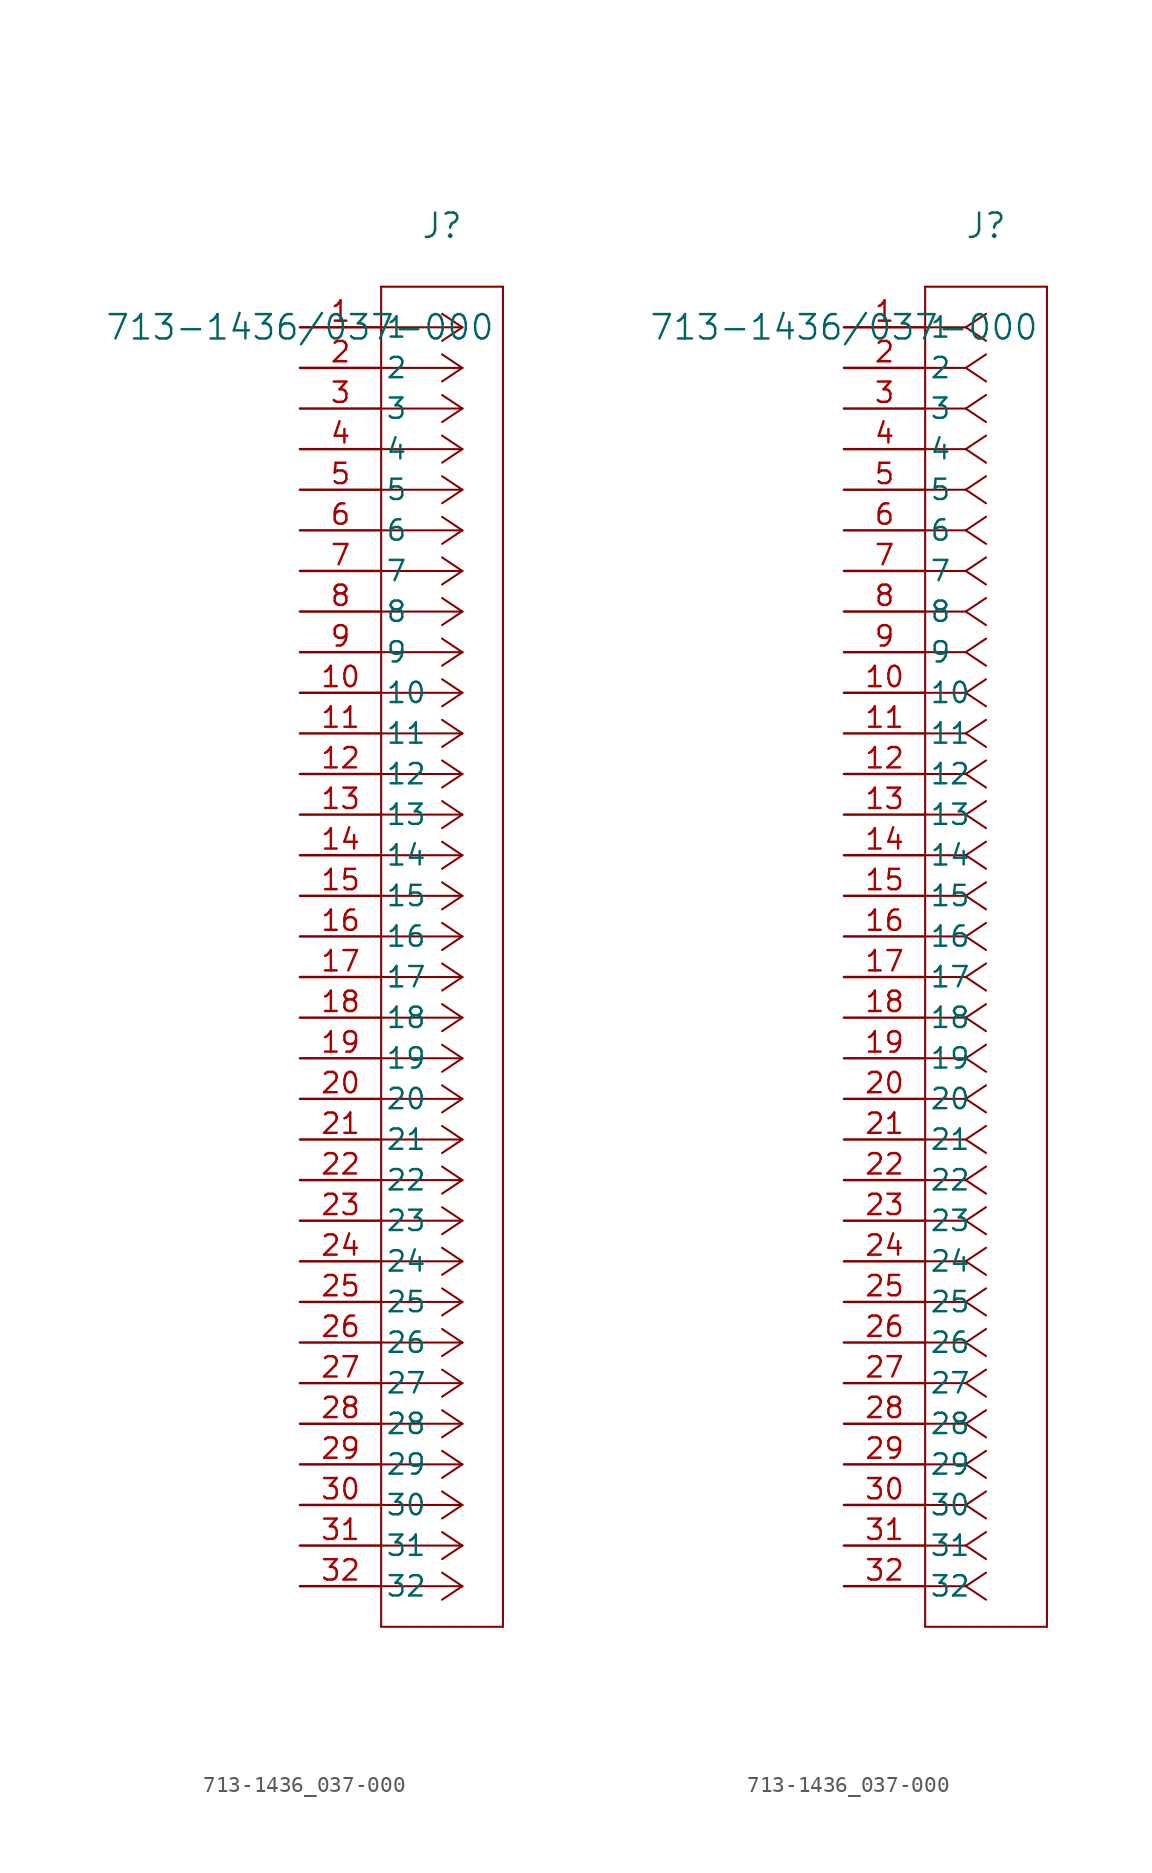
<source format=kicad_sym>
(kicad_symbol_lib
  (version 20211014)
  (generator kicad_symbol_editor)
  (symbol "713-1436_037-000"
    (pin_names
      (offset 0.254))
    (property "Reference" "J"
      (at 8.89 6.35 0)
      (effects (font (size 1.524 1.524))))
    (property "Value" "713-1436/037-000"
      (at 0 0 0)
      (effects (font (size 1.524 1.524))))
    (symbol "713-1436_037-000_1_1"
      (polyline (pts (xy 10.16 0) (xy 5.08 0)) (stroke (width 0.127) (type default) (color 0 0 0 0)) (fill (type none)))
      (polyline (pts (xy 10.16 -2.54) (xy 5.08 -2.54)) (stroke (width 0.127) (type default) (color 0 0 0 0)) (fill (type none)))
      (polyline (pts (xy 10.16 -5.08) (xy 5.08 -5.08)) (stroke (width 0.127) (type default) (color 0 0 0 0)) (fill (type none)))
      (polyline (pts (xy 10.16 -7.62) (xy 5.08 -7.62)) (stroke (width 0.127) (type default) (color 0 0 0 0)) (fill (type none)))
      (polyline (pts (xy 10.16 -10.16) (xy 5.08 -10.16)) (stroke (width 0.127) (type default) (color 0 0 0 0)) (fill (type none)))
      (polyline (pts (xy 10.16 -12.7) (xy 5.08 -12.7)) (stroke (width 0.127) (type default) (color 0 0 0 0)) (fill (type none)))
      (polyline (pts (xy 10.16 -15.24) (xy 5.08 -15.24)) (stroke (width 0.127) (type default) (color 0 0 0 0)) (fill (type none)))
      (polyline (pts (xy 10.16 -17.78) (xy 5.08 -17.78)) (stroke (width 0.127) (type default) (color 0 0 0 0)) (fill (type none)))
      (polyline (pts (xy 10.16 -20.32) (xy 5.08 -20.32)) (stroke (width 0.127) (type default) (color 0 0 0 0)) (fill (type none)))
      (polyline (pts (xy 10.16 -22.86) (xy 5.08 -22.86)) (stroke (width 0.127) (type default) (color 0 0 0 0)) (fill (type none)))
      (polyline (pts (xy 10.16 -25.4) (xy 5.08 -25.4)) (stroke (width 0.127) (type default) (color 0 0 0 0)) (fill (type none)))
      (polyline (pts (xy 10.16 -27.94) (xy 5.08 -27.94)) (stroke (width 0.127) (type default) (color 0 0 0 0)) (fill (type none)))
      (polyline (pts (xy 10.16 -30.48) (xy 5.08 -30.48)) (stroke (width 0.127) (type default) (color 0 0 0 0)) (fill (type none)))
      (polyline (pts (xy 10.16 -33.02) (xy 5.08 -33.02)) (stroke (width 0.127) (type default) (color 0 0 0 0)) (fill (type none)))
      (polyline (pts (xy 10.16 -35.56) (xy 5.08 -35.56)) (stroke (width 0.127) (type default) (color 0 0 0 0)) (fill (type none)))
      (polyline (pts (xy 10.16 -38.1) (xy 5.08 -38.1)) (stroke (width 0.127) (type default) (color 0 0 0 0)) (fill (type none)))
      (polyline (pts (xy 10.16 -40.64) (xy 5.08 -40.64)) (stroke (width 0.127) (type default) (color 0 0 0 0)) (fill (type none)))
      (polyline (pts (xy 10.16 -43.18) (xy 5.08 -43.18)) (stroke (width 0.127) (type default) (color 0 0 0 0)) (fill (type none)))
      (polyline (pts (xy 10.16 -45.72) (xy 5.08 -45.72)) (stroke (width 0.127) (type default) (color 0 0 0 0)) (fill (type none)))
      (polyline (pts (xy 10.16 -48.26) (xy 5.08 -48.26)) (stroke (width 0.127) (type default) (color 0 0 0 0)) (fill (type none)))
      (polyline (pts (xy 10.16 -50.8) (xy 5.08 -50.8)) (stroke (width 0.127) (type default) (color 0 0 0 0)) (fill (type none)))
      (polyline (pts (xy 10.16 -53.34) (xy 5.08 -53.34)) (stroke (width 0.127) (type default) (color 0 0 0 0)) (fill (type none)))
      (polyline (pts (xy 10.16 -55.88) (xy 5.08 -55.88)) (stroke (width 0.127) (type default) (color 0 0 0 0)) (fill (type none)))
      (polyline (pts (xy 10.16 -58.42) (xy 5.08 -58.42)) (stroke (width 0.127) (type default) (color 0 0 0 0)) (fill (type none)))
      (polyline (pts (xy 10.16 -60.96) (xy 5.08 -60.96)) (stroke (width 0.127) (type default) (color 0 0 0 0)) (fill (type none)))
      (polyline (pts (xy 10.16 -63.5) (xy 5.08 -63.5)) (stroke (width 0.127) (type default) (color 0 0 0 0)) (fill (type none)))
      (polyline (pts (xy 10.16 -66.04) (xy 5.08 -66.04)) (stroke (width 0.127) (type default) (color 0 0 0 0)) (fill (type none)))
      (polyline (pts (xy 10.16 -68.58) (xy 5.08 -68.58)) (stroke (width 0.127) (type default) (color 0 0 0 0)) (fill (type none)))
      (polyline (pts (xy 10.16 -71.12) (xy 5.08 -71.12)) (stroke (width 0.127) (type default) (color 0 0 0 0)) (fill (type none)))
      (polyline (pts (xy 10.16 -73.66) (xy 5.08 -73.66)) (stroke (width 0.127) (type default) (color 0 0 0 0)) (fill (type none)))
      (polyline (pts (xy 10.16 -76.2) (xy 5.08 -76.2)) (stroke (width 0.127) (type default) (color 0 0 0 0)) (fill (type none)))
      (polyline (pts (xy 10.16 -78.74) (xy 5.08 -78.74)) (stroke (width 0.127) (type default) (color 0 0 0 0)) (fill (type none)))
      (polyline (pts (xy 10.16 0) (xy 8.89 0.847)) (stroke (width 0.127) (type default) (color 0 0 0 0)) (fill (type none)))
      (polyline (pts (xy 10.16 -2.54) (xy 8.89 -1.693)) (stroke (width 0.127) (type default) (color 0 0 0 0)) (fill (type none)))
      (polyline (pts (xy 10.16 -5.08) (xy 8.89 -4.233)) (stroke (width 0.127) (type default) (color 0 0 0 0)) (fill (type none)))
      (polyline (pts (xy 10.16 -7.62) (xy 8.89 -6.773)) (stroke (width 0.127) (type default) (color 0 0 0 0)) (fill (type none)))
      (polyline (pts (xy 10.16 -10.16) (xy 8.89 -9.313)) (stroke (width 0.127) (type default) (color 0 0 0 0)) (fill (type none)))
      (polyline (pts (xy 10.16 -12.7) (xy 8.89 -11.853)) (stroke (width 0.127) (type default) (color 0 0 0 0)) (fill (type none)))
      (polyline (pts (xy 10.16 -15.24) (xy 8.89 -14.393)) (stroke (width 0.127) (type default) (color 0 0 0 0)) (fill (type none)))
      (polyline (pts (xy 10.16 -17.78) (xy 8.89 -16.933)) (stroke (width 0.127) (type default) (color 0 0 0 0)) (fill (type none)))
      (polyline (pts (xy 10.16 -20.32) (xy 8.89 -19.473)) (stroke (width 0.127) (type default) (color 0 0 0 0)) (fill (type none)))
      (polyline (pts (xy 10.16 -22.86) (xy 8.89 -22.013)) (stroke (width 0.127) (type default) (color 0 0 0 0)) (fill (type none)))
      (polyline (pts (xy 10.16 -25.4) (xy 8.89 -24.553)) (stroke (width 0.127) (type default) (color 0 0 0 0)) (fill (type none)))
      (polyline (pts (xy 10.16 -27.94) (xy 8.89 -27.093)) (stroke (width 0.127) (type default) (color 0 0 0 0)) (fill (type none)))
      (polyline (pts (xy 10.16 -30.48) (xy 8.89 -29.633)) (stroke (width 0.127) (type default) (color 0 0 0 0)) (fill (type none)))
      (polyline (pts (xy 10.16 -33.02) (xy 8.89 -32.173)) (stroke (width 0.127) (type default) (color 0 0 0 0)) (fill (type none)))
      (polyline (pts (xy 10.16 -35.56) (xy 8.89 -34.713)) (stroke (width 0.127) (type default) (color 0 0 0 0)) (fill (type none)))
      (polyline (pts (xy 10.16 -38.1) (xy 8.89 -37.253)) (stroke (width 0.127) (type default) (color 0 0 0 0)) (fill (type none)))
      (polyline (pts (xy 10.16 -40.64) (xy 8.89 -39.793)) (stroke (width 0.127) (type default) (color 0 0 0 0)) (fill (type none)))
      (polyline (pts (xy 10.16 -43.18) (xy 8.89 -42.333)) (stroke (width 0.127) (type default) (color 0 0 0 0)) (fill (type none)))
      (polyline (pts (xy 10.16 -45.72) (xy 8.89 -44.873)) (stroke (width 0.127) (type default) (color 0 0 0 0)) (fill (type none)))
      (polyline (pts (xy 10.16 -48.26) (xy 8.89 -47.413)) (stroke (width 0.127) (type default) (color 0 0 0 0)) (fill (type none)))
      (polyline (pts (xy 10.16 -50.8) (xy 8.89 -49.953)) (stroke (width 0.127) (type default) (color 0 0 0 0)) (fill (type none)))
      (polyline (pts (xy 10.16 -53.34) (xy 8.89 -52.493)) (stroke (width 0.127) (type default) (color 0 0 0 0)) (fill (type none)))
      (polyline (pts (xy 10.16 -55.88) (xy 8.89 -55.033)) (stroke (width 0.127) (type default) (color 0 0 0 0)) (fill (type none)))
      (polyline (pts (xy 10.16 -58.42) (xy 8.89 -57.573)) (stroke (width 0.127) (type default) (color 0 0 0 0)) (fill (type none)))
      (polyline (pts (xy 10.16 -60.96) (xy 8.89 -60.113)) (stroke (width 0.127) (type default) (color 0 0 0 0)) (fill (type none)))
      (polyline (pts (xy 10.16 -63.5) (xy 8.89 -62.653)) (stroke (width 0.127) (type default) (color 0 0 0 0)) (fill (type none)))
      (polyline (pts (xy 10.16 -66.04) (xy 8.89 -65.193)) (stroke (width 0.127) (type default) (color 0 0 0 0)) (fill (type none)))
      (polyline (pts (xy 10.16 -68.58) (xy 8.89 -67.733)) (stroke (width 0.127) (type default) (color 0 0 0 0)) (fill (type none)))
      (polyline (pts (xy 10.16 -71.12) (xy 8.89 -70.273)) (stroke (width 0.127) (type default) (color 0 0 0 0)) (fill (type none)))
      (polyline (pts (xy 10.16 -73.66) (xy 8.89 -72.813)) (stroke (width 0.127) (type default) (color 0 0 0 0)) (fill (type none)))
      (polyline (pts (xy 10.16 -76.2) (xy 8.89 -75.353)) (stroke (width 0.127) (type default) (color 0 0 0 0)) (fill (type none)))
      (polyline (pts (xy 10.16 -78.74) (xy 8.89 -77.893)) (stroke (width 0.127) (type default) (color 0 0 0 0)) (fill (type none)))
      (polyline (pts (xy 10.16 0) (xy 8.89 -0.847)) (stroke (width 0.127) (type default) (color 0 0 0 0)) (fill (type none)))
      (polyline (pts (xy 10.16 -2.54) (xy 8.89 -3.387)) (stroke (width 0.127) (type default) (color 0 0 0 0)) (fill (type none)))
      (polyline (pts (xy 10.16 -5.08) (xy 8.89 -5.927)) (stroke (width 0.127) (type default) (color 0 0 0 0)) (fill (type none)))
      (polyline (pts (xy 10.16 -7.62) (xy 8.89 -8.467)) (stroke (width 0.127) (type default) (color 0 0 0 0)) (fill (type none)))
      (polyline (pts (xy 10.16 -10.16) (xy 8.89 -11.007)) (stroke (width 0.127) (type default) (color 0 0 0 0)) (fill (type none)))
      (polyline (pts (xy 10.16 -12.7) (xy 8.89 -13.547)) (stroke (width 0.127) (type default) (color 0 0 0 0)) (fill (type none)))
      (polyline (pts (xy 10.16 -15.24) (xy 8.89 -16.087)) (stroke (width 0.127) (type default) (color 0 0 0 0)) (fill (type none)))
      (polyline (pts (xy 10.16 -17.78) (xy 8.89 -18.627)) (stroke (width 0.127) (type default) (color 0 0 0 0)) (fill (type none)))
      (polyline (pts (xy 10.16 -20.32) (xy 8.89 -21.167)) (stroke (width 0.127) (type default) (color 0 0 0 0)) (fill (type none)))
      (polyline (pts (xy 10.16 -22.86) (xy 8.89 -23.707)) (stroke (width 0.127) (type default) (color 0 0 0 0)) (fill (type none)))
      (polyline (pts (xy 10.16 -25.4) (xy 8.89 -26.247)) (stroke (width 0.127) (type default) (color 0 0 0 0)) (fill (type none)))
      (polyline (pts (xy 10.16 -27.94) (xy 8.89 -28.787)) (stroke (width 0.127) (type default) (color 0 0 0 0)) (fill (type none)))
      (polyline (pts (xy 10.16 -30.48) (xy 8.89 -31.327)) (stroke (width 0.127) (type default) (color 0 0 0 0)) (fill (type none)))
      (polyline (pts (xy 10.16 -33.02) (xy 8.89 -33.867)) (stroke (width 0.127) (type default) (color 0 0 0 0)) (fill (type none)))
      (polyline (pts (xy 10.16 -35.56) (xy 8.89 -36.407)) (stroke (width 0.127) (type default) (color 0 0 0 0)) (fill (type none)))
      (polyline (pts (xy 10.16 -38.1) (xy 8.89 -38.947)) (stroke (width 0.127) (type default) (color 0 0 0 0)) (fill (type none)))
      (polyline (pts (xy 10.16 -40.64) (xy 8.89 -41.487)) (stroke (width 0.127) (type default) (color 0 0 0 0)) (fill (type none)))
      (polyline (pts (xy 10.16 -43.18) (xy 8.89 -44.027)) (stroke (width 0.127) (type default) (color 0 0 0 0)) (fill (type none)))
      (polyline (pts (xy 10.16 -45.72) (xy 8.89 -46.567)) (stroke (width 0.127) (type default) (color 0 0 0 0)) (fill (type none)))
      (polyline (pts (xy 10.16 -48.26) (xy 8.89 -49.107)) (stroke (width 0.127) (type default) (color 0 0 0 0)) (fill (type none)))
      (polyline (pts (xy 10.16 -50.8) (xy 8.89 -51.647)) (stroke (width 0.127) (type default) (color 0 0 0 0)) (fill (type none)))
      (polyline (pts (xy 10.16 -53.34) (xy 8.89 -54.187)) (stroke (width 0.127) (type default) (color 0 0 0 0)) (fill (type none)))
      (polyline (pts (xy 10.16 -55.88) (xy 8.89 -56.727)) (stroke (width 0.127) (type default) (color 0 0 0 0)) (fill (type none)))
      (polyline (pts (xy 10.16 -58.42) (xy 8.89 -59.267)) (stroke (width 0.127) (type default) (color 0 0 0 0)) (fill (type none)))
      (polyline (pts (xy 10.16 -60.96) (xy 8.89 -61.807)) (stroke (width 0.127) (type default) (color 0 0 0 0)) (fill (type none)))
      (polyline (pts (xy 10.16 -63.5) (xy 8.89 -64.347)) (stroke (width 0.127) (type default) (color 0 0 0 0)) (fill (type none)))
      (polyline (pts (xy 10.16 -66.04) (xy 8.89 -66.887)) (stroke (width 0.127) (type default) (color 0 0 0 0)) (fill (type none)))
      (polyline (pts (xy 10.16 -68.58) (xy 8.89 -69.427)) (stroke (width 0.127) (type default) (color 0 0 0 0)) (fill (type none)))
      (polyline (pts (xy 10.16 -71.12) (xy 8.89 -71.967)) (stroke (width 0.127) (type default) (color 0 0 0 0)) (fill (type none)))
      (polyline (pts (xy 10.16 -73.66) (xy 8.89 -74.507)) (stroke (width 0.127) (type default) (color 0 0 0 0)) (fill (type none)))
      (polyline (pts (xy 10.16 -76.2) (xy 8.89 -77.047)) (stroke (width 0.127) (type default) (color 0 0 0 0)) (fill (type none)))
      (polyline (pts (xy 10.16 -78.74) (xy 8.89 -79.587)) (stroke (width 0.127) (type default) (color 0 0 0 0)) (fill (type none)))
      (polyline (pts (xy 5.08 2.54) (xy 5.08 -81.28)) (stroke (width 0.127) (type default) (color 0 0 0 0)) (fill (type none)))
      (polyline (pts (xy 5.08 -81.28) (xy 12.7 -81.28)) (stroke (width 0.127) (type default) (color 0 0 0 0)) (fill (type none)))
      (polyline (pts (xy 12.7 -81.28) (xy 12.7 2.54)) (stroke (width 0.127) (type default) (color 0 0 0 0)) (fill (type none)))
      (polyline (pts (xy 12.7 2.54) (xy 5.08 2.54)) (stroke (width 0.127) (type default) (color 0 0 0 0)) (fill (type none)))
      (pin unspecified line (at 0 0 0) (length 5.08) (name "1" (effects (font (size 1.27 1.27)))) (number "1" (effects (font (size 1.27 1.27)))))
      (pin unspecified line (at 0 -2.54 0) (length 5.08) (name "2" (effects (font (size 1.27 1.27)))) (number "2" (effects (font (size 1.27 1.27)))))
      (pin unspecified line (at 0 -5.08 0) (length 5.08) (name "3" (effects (font (size 1.27 1.27)))) (number "3" (effects (font (size 1.27 1.27)))))
      (pin unspecified line (at 0 -7.62 0) (length 5.08) (name "4" (effects (font (size 1.27 1.27)))) (number "4" (effects (font (size 1.27 1.27)))))
      (pin unspecified line (at 0 -10.16 0) (length 5.08) (name "5" (effects (font (size 1.27 1.27)))) (number "5" (effects (font (size 1.27 1.27)))))
      (pin unspecified line (at 0 -12.7 0) (length 5.08) (name "6" (effects (font (size 1.27 1.27)))) (number "6" (effects (font (size 1.27 1.27)))))
      (pin unspecified line (at 0 -15.24 0) (length 5.08) (name "7" (effects (font (size 1.27 1.27)))) (number "7" (effects (font (size 1.27 1.27)))))
      (pin unspecified line (at 0 -17.78 0) (length 5.08) (name "8" (effects (font (size 1.27 1.27)))) (number "8" (effects (font (size 1.27 1.27)))))
      (pin unspecified line (at 0 -20.32 0) (length 5.08) (name "9" (effects (font (size 1.27 1.27)))) (number "9" (effects (font (size 1.27 1.27)))))
      (pin unspecified line (at 0 -22.86 0) (length 5.08) (name "10" (effects (font (size 1.27 1.27)))) (number "10" (effects (font (size 1.27 1.27)))))
      (pin unspecified line (at 0 -25.4 0) (length 5.08) (name "11" (effects (font (size 1.27 1.27)))) (number "11" (effects (font (size 1.27 1.27)))))
      (pin unspecified line (at 0 -27.94 0) (length 5.08) (name "12" (effects (font (size 1.27 1.27)))) (number "12" (effects (font (size 1.27 1.27)))))
      (pin unspecified line (at 0 -30.48 0) (length 5.08) (name "13" (effects (font (size 1.27 1.27)))) (number "13" (effects (font (size 1.27 1.27)))))
      (pin unspecified line (at 0 -33.02 0) (length 5.08) (name "14" (effects (font (size 1.27 1.27)))) (number "14" (effects (font (size 1.27 1.27)))))
      (pin unspecified line (at 0 -35.56 0) (length 5.08) (name "15" (effects (font (size 1.27 1.27)))) (number "15" (effects (font (size 1.27 1.27)))))
      (pin unspecified line (at 0 -38.1 0) (length 5.08) (name "16" (effects (font (size 1.27 1.27)))) (number "16" (effects (font (size 1.27 1.27)))))
      (pin unspecified line (at 0 -40.64 0) (length 5.08) (name "17" (effects (font (size 1.27 1.27)))) (number "17" (effects (font (size 1.27 1.27)))))
      (pin unspecified line (at 0 -43.18 0) (length 5.08) (name "18" (effects (font (size 1.27 1.27)))) (number "18" (effects (font (size 1.27 1.27)))))
      (pin unspecified line (at 0 -45.72 0) (length 5.08) (name "19" (effects (font (size 1.27 1.27)))) (number "19" (effects (font (size 1.27 1.27)))))
      (pin unspecified line (at 0 -48.26 0) (length 5.08) (name "20" (effects (font (size 1.27 1.27)))) (number "20" (effects (font (size 1.27 1.27)))))
      (pin unspecified line (at 0 -50.8 0) (length 5.08) (name "21" (effects (font (size 1.27 1.27)))) (number "21" (effects (font (size 1.27 1.27)))))
      (pin unspecified line (at 0 -53.34 0) (length 5.08) (name "22" (effects (font (size 1.27 1.27)))) (number "22" (effects (font (size 1.27 1.27)))))
      (pin unspecified line (at 0 -55.88 0) (length 5.08) (name "23" (effects (font (size 1.27 1.27)))) (number "23" (effects (font (size 1.27 1.27)))))
      (pin unspecified line (at 0 -58.42 0) (length 5.08) (name "24" (effects (font (size 1.27 1.27)))) (number "24" (effects (font (size 1.27 1.27)))))
      (pin unspecified line (at 0 -60.96 0) (length 5.08) (name "25" (effects (font (size 1.27 1.27)))) (number "25" (effects (font (size 1.27 1.27)))))
      (pin unspecified line (at 0 -63.5 0) (length 5.08) (name "26" (effects (font (size 1.27 1.27)))) (number "26" (effects (font (size 1.27 1.27)))))
      (pin unspecified line (at 0 -66.04 0) (length 5.08) (name "27" (effects (font (size 1.27 1.27)))) (number "27" (effects (font (size 1.27 1.27)))))
      (pin unspecified line (at 0 -68.58 0) (length 5.08) (name "28" (effects (font (size 1.27 1.27)))) (number "28" (effects (font (size 1.27 1.27)))))
      (pin unspecified line (at 0 -71.12 0) (length 5.08) (name "29" (effects (font (size 1.27 1.27)))) (number "29" (effects (font (size 1.27 1.27)))))
      (pin unspecified line (at 0 -73.66 0) (length 5.08) (name "30" (effects (font (size 1.27 1.27)))) (number "30" (effects (font (size 1.27 1.27)))))
      (pin unspecified line (at 0 -76.2 0) (length 5.08) (name "31" (effects (font (size 1.27 1.27)))) (number "31" (effects (font (size 1.27 1.27)))))
      (pin unspecified line (at 0 -78.74 0) (length 5.08) (name "32" (effects (font (size 1.27 1.27)))) (number "32" (effects (font (size 1.27 1.27))))))
    (symbol "713-1436_037-000_1_2"
      (polyline (pts (xy 7.62 0) (xy 5.08 0)) (stroke (width 0.127) (type default) (color 0 0 0 0)) (fill (type none)))
      (polyline (pts (xy 7.62 -2.54) (xy 5.08 -2.54)) (stroke (width 0.127) (type default) (color 0 0 0 0)) (fill (type none)))
      (polyline (pts (xy 7.62 -5.08) (xy 5.08 -5.08)) (stroke (width 0.127) (type default) (color 0 0 0 0)) (fill (type none)))
      (polyline (pts (xy 7.62 -7.62) (xy 5.08 -7.62)) (stroke (width 0.127) (type default) (color 0 0 0 0)) (fill (type none)))
      (polyline (pts (xy 7.62 -10.16) (xy 5.08 -10.16)) (stroke (width 0.127) (type default) (color 0 0 0 0)) (fill (type none)))
      (polyline (pts (xy 7.62 -12.7) (xy 5.08 -12.7)) (stroke (width 0.127) (type default) (color 0 0 0 0)) (fill (type none)))
      (polyline (pts (xy 7.62 -15.24) (xy 5.08 -15.24)) (stroke (width 0.127) (type default) (color 0 0 0 0)) (fill (type none)))
      (polyline (pts (xy 7.62 -17.78) (xy 5.08 -17.78)) (stroke (width 0.127) (type default) (color 0 0 0 0)) (fill (type none)))
      (polyline (pts (xy 7.62 -20.32) (xy 5.08 -20.32)) (stroke (width 0.127) (type default) (color 0 0 0 0)) (fill (type none)))
      (polyline (pts (xy 7.62 -22.86) (xy 5.08 -22.86)) (stroke (width 0.127) (type default) (color 0 0 0 0)) (fill (type none)))
      (polyline (pts (xy 7.62 -25.4) (xy 5.08 -25.4)) (stroke (width 0.127) (type default) (color 0 0 0 0)) (fill (type none)))
      (polyline (pts (xy 7.62 -27.94) (xy 5.08 -27.94)) (stroke (width 0.127) (type default) (color 0 0 0 0)) (fill (type none)))
      (polyline (pts (xy 7.62 -30.48) (xy 5.08 -30.48)) (stroke (width 0.127) (type default) (color 0 0 0 0)) (fill (type none)))
      (polyline (pts (xy 7.62 -33.02) (xy 5.08 -33.02)) (stroke (width 0.127) (type default) (color 0 0 0 0)) (fill (type none)))
      (polyline (pts (xy 7.62 -35.56) (xy 5.08 -35.56)) (stroke (width 0.127) (type default) (color 0 0 0 0)) (fill (type none)))
      (polyline (pts (xy 7.62 -38.1) (xy 5.08 -38.1)) (stroke (width 0.127) (type default) (color 0 0 0 0)) (fill (type none)))
      (polyline (pts (xy 7.62 -40.64) (xy 5.08 -40.64)) (stroke (width 0.127) (type default) (color 0 0 0 0)) (fill (type none)))
      (polyline (pts (xy 7.62 -43.18) (xy 5.08 -43.18)) (stroke (width 0.127) (type default) (color 0 0 0 0)) (fill (type none)))
      (polyline (pts (xy 7.62 -45.72) (xy 5.08 -45.72)) (stroke (width 0.127) (type default) (color 0 0 0 0)) (fill (type none)))
      (polyline (pts (xy 7.62 -48.26) (xy 5.08 -48.26)) (stroke (width 0.127) (type default) (color 0 0 0 0)) (fill (type none)))
      (polyline (pts (xy 7.62 -50.8) (xy 5.08 -50.8)) (stroke (width 0.127) (type default) (color 0 0 0 0)) (fill (type none)))
      (polyline (pts (xy 7.62 -53.34) (xy 5.08 -53.34)) (stroke (width 0.127) (type default) (color 0 0 0 0)) (fill (type none)))
      (polyline (pts (xy 7.62 -55.88) (xy 5.08 -55.88)) (stroke (width 0.127) (type default) (color 0 0 0 0)) (fill (type none)))
      (polyline (pts (xy 7.62 -58.42) (xy 5.08 -58.42)) (stroke (width 0.127) (type default) (color 0 0 0 0)) (fill (type none)))
      (polyline (pts (xy 7.62 -60.96) (xy 5.08 -60.96)) (stroke (width 0.127) (type default) (color 0 0 0 0)) (fill (type none)))
      (polyline (pts (xy 7.62 -63.5) (xy 5.08 -63.5)) (stroke (width 0.127) (type default) (color 0 0 0 0)) (fill (type none)))
      (polyline (pts (xy 7.62 -66.04) (xy 5.08 -66.04)) (stroke (width 0.127) (type default) (color 0 0 0 0)) (fill (type none)))
      (polyline (pts (xy 7.62 -68.58) (xy 5.08 -68.58)) (stroke (width 0.127) (type default) (color 0 0 0 0)) (fill (type none)))
      (polyline (pts (xy 7.62 -71.12) (xy 5.08 -71.12)) (stroke (width 0.127) (type default) (color 0 0 0 0)) (fill (type none)))
      (polyline (pts (xy 7.62 -73.66) (xy 5.08 -73.66)) (stroke (width 0.127) (type default) (color 0 0 0 0)) (fill (type none)))
      (polyline (pts (xy 7.62 -76.2) (xy 5.08 -76.2)) (stroke (width 0.127) (type default) (color 0 0 0 0)) (fill (type none)))
      (polyline (pts (xy 7.62 -78.74) (xy 5.08 -78.74)) (stroke (width 0.127) (type default) (color 0 0 0 0)) (fill (type none)))
      (polyline (pts (xy 7.62 0) (xy 8.89 0.847)) (stroke (width 0.127) (type default) (color 0 0 0 0)) (fill (type none)))
      (polyline (pts (xy 7.62 -2.54) (xy 8.89 -1.693)) (stroke (width 0.127) (type default) (color 0 0 0 0)) (fill (type none)))
      (polyline (pts (xy 7.62 -5.08) (xy 8.89 -4.233)) (stroke (width 0.127) (type default) (color 0 0 0 0)) (fill (type none)))
      (polyline (pts (xy 7.62 -7.62) (xy 8.89 -6.773)) (stroke (width 0.127) (type default) (color 0 0 0 0)) (fill (type none)))
      (polyline (pts (xy 7.62 -10.16) (xy 8.89 -9.313)) (stroke (width 0.127) (type default) (color 0 0 0 0)) (fill (type none)))
      (polyline (pts (xy 7.62 -12.7) (xy 8.89 -11.853)) (stroke (width 0.127) (type default) (color 0 0 0 0)) (fill (type none)))
      (polyline (pts (xy 7.62 -15.24) (xy 8.89 -14.393)) (stroke (width 0.127) (type default) (color 0 0 0 0)) (fill (type none)))
      (polyline (pts (xy 7.62 -17.78) (xy 8.89 -16.933)) (stroke (width 0.127) (type default) (color 0 0 0 0)) (fill (type none)))
      (polyline (pts (xy 7.62 -20.32) (xy 8.89 -19.473)) (stroke (width 0.127) (type default) (color 0 0 0 0)) (fill (type none)))
      (polyline (pts (xy 7.62 -22.86) (xy 8.89 -22.013)) (stroke (width 0.127) (type default) (color 0 0 0 0)) (fill (type none)))
      (polyline (pts (xy 7.62 -25.4) (xy 8.89 -24.553)) (stroke (width 0.127) (type default) (color 0 0 0 0)) (fill (type none)))
      (polyline (pts (xy 7.62 -27.94) (xy 8.89 -27.093)) (stroke (width 0.127) (type default) (color 0 0 0 0)) (fill (type none)))
      (polyline (pts (xy 7.62 -30.48) (xy 8.89 -29.633)) (stroke (width 0.127) (type default) (color 0 0 0 0)) (fill (type none)))
      (polyline (pts (xy 7.62 -33.02) (xy 8.89 -32.173)) (stroke (width 0.127) (type default) (color 0 0 0 0)) (fill (type none)))
      (polyline (pts (xy 7.62 -35.56) (xy 8.89 -34.713)) (stroke (width 0.127) (type default) (color 0 0 0 0)) (fill (type none)))
      (polyline (pts (xy 7.62 -38.1) (xy 8.89 -37.253)) (stroke (width 0.127) (type default) (color 0 0 0 0)) (fill (type none)))
      (polyline (pts (xy 7.62 -40.64) (xy 8.89 -39.793)) (stroke (width 0.127) (type default) (color 0 0 0 0)) (fill (type none)))
      (polyline (pts (xy 7.62 -43.18) (xy 8.89 -42.333)) (stroke (width 0.127) (type default) (color 0 0 0 0)) (fill (type none)))
      (polyline (pts (xy 7.62 -45.72) (xy 8.89 -44.873)) (stroke (width 0.127) (type default) (color 0 0 0 0)) (fill (type none)))
      (polyline (pts (xy 7.62 -48.26) (xy 8.89 -47.413)) (stroke (width 0.127) (type default) (color 0 0 0 0)) (fill (type none)))
      (polyline (pts (xy 7.62 -50.8) (xy 8.89 -49.953)) (stroke (width 0.127) (type default) (color 0 0 0 0)) (fill (type none)))
      (polyline (pts (xy 7.62 -53.34) (xy 8.89 -52.493)) (stroke (width 0.127) (type default) (color 0 0 0 0)) (fill (type none)))
      (polyline (pts (xy 7.62 -55.88) (xy 8.89 -55.033)) (stroke (width 0.127) (type default) (color 0 0 0 0)) (fill (type none)))
      (polyline (pts (xy 7.62 -58.42) (xy 8.89 -57.573)) (stroke (width 0.127) (type default) (color 0 0 0 0)) (fill (type none)))
      (polyline (pts (xy 7.62 -60.96) (xy 8.89 -60.113)) (stroke (width 0.127) (type default) (color 0 0 0 0)) (fill (type none)))
      (polyline (pts (xy 7.62 -63.5) (xy 8.89 -62.653)) (stroke (width 0.127) (type default) (color 0 0 0 0)) (fill (type none)))
      (polyline (pts (xy 7.62 -66.04) (xy 8.89 -65.193)) (stroke (width 0.127) (type default) (color 0 0 0 0)) (fill (type none)))
      (polyline (pts (xy 7.62 -68.58) (xy 8.89 -67.733)) (stroke (width 0.127) (type default) (color 0 0 0 0)) (fill (type none)))
      (polyline (pts (xy 7.62 -71.12) (xy 8.89 -70.273)) (stroke (width 0.127) (type default) (color 0 0 0 0)) (fill (type none)))
      (polyline (pts (xy 7.62 -73.66) (xy 8.89 -72.813)) (stroke (width 0.127) (type default) (color 0 0 0 0)) (fill (type none)))
      (polyline (pts (xy 7.62 -76.2) (xy 8.89 -75.353)) (stroke (width 0.127) (type default) (color 0 0 0 0)) (fill (type none)))
      (polyline (pts (xy 7.62 -78.74) (xy 8.89 -77.893)) (stroke (width 0.127) (type default) (color 0 0 0 0)) (fill (type none)))
      (polyline (pts (xy 7.62 0) (xy 8.89 -0.847)) (stroke (width 0.127) (type default) (color 0 0 0 0)) (fill (type none)))
      (polyline (pts (xy 7.62 -2.54) (xy 8.89 -3.387)) (stroke (width 0.127) (type default) (color 0 0 0 0)) (fill (type none)))
      (polyline (pts (xy 7.62 -5.08) (xy 8.89 -5.927)) (stroke (width 0.127) (type default) (color 0 0 0 0)) (fill (type none)))
      (polyline (pts (xy 7.62 -7.62) (xy 8.89 -8.467)) (stroke (width 0.127) (type default) (color 0 0 0 0)) (fill (type none)))
      (polyline (pts (xy 7.62 -10.16) (xy 8.89 -11.007)) (stroke (width 0.127) (type default) (color 0 0 0 0)) (fill (type none)))
      (polyline (pts (xy 7.62 -12.7) (xy 8.89 -13.547)) (stroke (width 0.127) (type default) (color 0 0 0 0)) (fill (type none)))
      (polyline (pts (xy 7.62 -15.24) (xy 8.89 -16.087)) (stroke (width 0.127) (type default) (color 0 0 0 0)) (fill (type none)))
      (polyline (pts (xy 7.62 -17.78) (xy 8.89 -18.627)) (stroke (width 0.127) (type default) (color 0 0 0 0)) (fill (type none)))
      (polyline (pts (xy 7.62 -20.32) (xy 8.89 -21.167)) (stroke (width 0.127) (type default) (color 0 0 0 0)) (fill (type none)))
      (polyline (pts (xy 7.62 -22.86) (xy 8.89 -23.707)) (stroke (width 0.127) (type default) (color 0 0 0 0)) (fill (type none)))
      (polyline (pts (xy 7.62 -25.4) (xy 8.89 -26.247)) (stroke (width 0.127) (type default) (color 0 0 0 0)) (fill (type none)))
      (polyline (pts (xy 7.62 -27.94) (xy 8.89 -28.787)) (stroke (width 0.127) (type default) (color 0 0 0 0)) (fill (type none)))
      (polyline (pts (xy 7.62 -30.48) (xy 8.89 -31.327)) (stroke (width 0.127) (type default) (color 0 0 0 0)) (fill (type none)))
      (polyline (pts (xy 7.62 -33.02) (xy 8.89 -33.867)) (stroke (width 0.127) (type default) (color 0 0 0 0)) (fill (type none)))
      (polyline (pts (xy 7.62 -35.56) (xy 8.89 -36.407)) (stroke (width 0.127) (type default) (color 0 0 0 0)) (fill (type none)))
      (polyline (pts (xy 7.62 -38.1) (xy 8.89 -38.947)) (stroke (width 0.127) (type default) (color 0 0 0 0)) (fill (type none)))
      (polyline (pts (xy 7.62 -40.64) (xy 8.89 -41.487)) (stroke (width 0.127) (type default) (color 0 0 0 0)) (fill (type none)))
      (polyline (pts (xy 7.62 -43.18) (xy 8.89 -44.027)) (stroke (width 0.127) (type default) (color 0 0 0 0)) (fill (type none)))
      (polyline (pts (xy 7.62 -45.72) (xy 8.89 -46.567)) (stroke (width 0.127) (type default) (color 0 0 0 0)) (fill (type none)))
      (polyline (pts (xy 7.62 -48.26) (xy 8.89 -49.107)) (stroke (width 0.127) (type default) (color 0 0 0 0)) (fill (type none)))
      (polyline (pts (xy 7.62 -50.8) (xy 8.89 -51.647)) (stroke (width 0.127) (type default) (color 0 0 0 0)) (fill (type none)))
      (polyline (pts (xy 7.62 -53.34) (xy 8.89 -54.187)) (stroke (width 0.127) (type default) (color 0 0 0 0)) (fill (type none)))
      (polyline (pts (xy 7.62 -55.88) (xy 8.89 -56.727)) (stroke (width 0.127) (type default) (color 0 0 0 0)) (fill (type none)))
      (polyline (pts (xy 7.62 -58.42) (xy 8.89 -59.267)) (stroke (width 0.127) (type default) (color 0 0 0 0)) (fill (type none)))
      (polyline (pts (xy 7.62 -60.96) (xy 8.89 -61.807)) (stroke (width 0.127) (type default) (color 0 0 0 0)) (fill (type none)))
      (polyline (pts (xy 7.62 -63.5) (xy 8.89 -64.347)) (stroke (width 0.127) (type default) (color 0 0 0 0)) (fill (type none)))
      (polyline (pts (xy 7.62 -66.04) (xy 8.89 -66.887)) (stroke (width 0.127) (type default) (color 0 0 0 0)) (fill (type none)))
      (polyline (pts (xy 7.62 -68.58) (xy 8.89 -69.427)) (stroke (width 0.127) (type default) (color 0 0 0 0)) (fill (type none)))
      (polyline (pts (xy 7.62 -71.12) (xy 8.89 -71.967)) (stroke (width 0.127) (type default) (color 0 0 0 0)) (fill (type none)))
      (polyline (pts (xy 7.62 -73.66) (xy 8.89 -74.507)) (stroke (width 0.127) (type default) (color 0 0 0 0)) (fill (type none)))
      (polyline (pts (xy 7.62 -76.2) (xy 8.89 -77.047)) (stroke (width 0.127) (type default) (color 0 0 0 0)) (fill (type none)))
      (polyline (pts (xy 7.62 -78.74) (xy 8.89 -79.587)) (stroke (width 0.127) (type default) (color 0 0 0 0)) (fill (type none)))
      (polyline (pts (xy 5.08 2.54) (xy 5.08 -81.28)) (stroke (width 0.127) (type default) (color 0 0 0 0)) (fill (type none)))
      (polyline (pts (xy 5.08 -81.28) (xy 12.7 -81.28)) (stroke (width 0.127) (type default) (color 0 0 0 0)) (fill (type none)))
      (polyline (pts (xy 12.7 -81.28) (xy 12.7 2.54)) (stroke (width 0.127) (type default) (color 0 0 0 0)) (fill (type none)))
      (polyline (pts (xy 12.7 2.54) (xy 5.08 2.54)) (stroke (width 0.127) (type default) (color 0 0 0 0)) (fill (type none)))
      (pin unspecified line (at 0 0 0) (length 5.08) (name "1" (effects (font (size 1.27 1.27)))) (number "1" (effects (font (size 1.27 1.27)))))
      (pin unspecified line (at 0 -2.54 0) (length 5.08) (name "2" (effects (font (size 1.27 1.27)))) (number "2" (effects (font (size 1.27 1.27)))))
      (pin unspecified line (at 0 -5.08 0) (length 5.08) (name "3" (effects (font (size 1.27 1.27)))) (number "3" (effects (font (size 1.27 1.27)))))
      (pin unspecified line (at 0 -7.62 0) (length 5.08) (name "4" (effects (font (size 1.27 1.27)))) (number "4" (effects (font (size 1.27 1.27)))))
      (pin unspecified line (at 0 -10.16 0) (length 5.08) (name "5" (effects (font (size 1.27 1.27)))) (number "5" (effects (font (size 1.27 1.27)))))
      (pin unspecified line (at 0 -12.7 0) (length 5.08) (name "6" (effects (font (size 1.27 1.27)))) (number "6" (effects (font (size 1.27 1.27)))))
      (pin unspecified line (at 0 -15.24 0) (length 5.08) (name "7" (effects (font (size 1.27 1.27)))) (number "7" (effects (font (size 1.27 1.27)))))
      (pin unspecified line (at 0 -17.78 0) (length 5.08) (name "8" (effects (font (size 1.27 1.27)))) (number "8" (effects (font (size 1.27 1.27)))))
      (pin unspecified line (at 0 -20.32 0) (length 5.08) (name "9" (effects (font (size 1.27 1.27)))) (number "9" (effects (font (size 1.27 1.27)))))
      (pin unspecified line (at 0 -22.86 0) (length 5.08) (name "10" (effects (font (size 1.27 1.27)))) (number "10" (effects (font (size 1.27 1.27)))))
      (pin unspecified line (at 0 -25.4 0) (length 5.08) (name "11" (effects (font (size 1.27 1.27)))) (number "11" (effects (font (size 1.27 1.27)))))
      (pin unspecified line (at 0 -27.94 0) (length 5.08) (name "12" (effects (font (size 1.27 1.27)))) (number "12" (effects (font (size 1.27 1.27)))))
      (pin unspecified line (at 0 -30.48 0) (length 5.08) (name "13" (effects (font (size 1.27 1.27)))) (number "13" (effects (font (size 1.27 1.27)))))
      (pin unspecified line (at 0 -33.02 0) (length 5.08) (name "14" (effects (font (size 1.27 1.27)))) (number "14" (effects (font (size 1.27 1.27)))))
      (pin unspecified line (at 0 -35.56 0) (length 5.08) (name "15" (effects (font (size 1.27 1.27)))) (number "15" (effects (font (size 1.27 1.27)))))
      (pin unspecified line (at 0 -38.1 0) (length 5.08) (name "16" (effects (font (size 1.27 1.27)))) (number "16" (effects (font (size 1.27 1.27)))))
      (pin unspecified line (at 0 -40.64 0) (length 5.08) (name "17" (effects (font (size 1.27 1.27)))) (number "17" (effects (font (size 1.27 1.27)))))
      (pin unspecified line (at 0 -43.18 0) (length 5.08) (name "18" (effects (font (size 1.27 1.27)))) (number "18" (effects (font (size 1.27 1.27)))))
      (pin unspecified line (at 0 -45.72 0) (length 5.08) (name "19" (effects (font (size 1.27 1.27)))) (number "19" (effects (font (size 1.27 1.27)))))
      (pin unspecified line (at 0 -48.26 0) (length 5.08) (name "20" (effects (font (size 1.27 1.27)))) (number "20" (effects (font (size 1.27 1.27)))))
      (pin unspecified line (at 0 -50.8 0) (length 5.08) (name "21" (effects (font (size 1.27 1.27)))) (number "21" (effects (font (size 1.27 1.27)))))
      (pin unspecified line (at 0 -53.34 0) (length 5.08) (name "22" (effects (font (size 1.27 1.27)))) (number "22" (effects (font (size 1.27 1.27)))))
      (pin unspecified line (at 0 -55.88 0) (length 5.08) (name "23" (effects (font (size 1.27 1.27)))) (number "23" (effects (font (size 1.27 1.27)))))
      (pin unspecified line (at 0 -58.42 0) (length 5.08) (name "24" (effects (font (size 1.27 1.27)))) (number "24" (effects (font (size 1.27 1.27)))))
      (pin unspecified line (at 0 -60.96 0) (length 5.08) (name "25" (effects (font (size 1.27 1.27)))) (number "25" (effects (font (size 1.27 1.27)))))
      (pin unspecified line (at 0 -63.5 0) (length 5.08) (name "26" (effects (font (size 1.27 1.27)))) (number "26" (effects (font (size 1.27 1.27)))))
      (pin unspecified line (at 0 -66.04 0) (length 5.08) (name "27" (effects (font (size 1.27 1.27)))) (number "27" (effects (font (size 1.27 1.27)))))
      (pin unspecified line (at 0 -68.58 0) (length 5.08) (name "28" (effects (font (size 1.27 1.27)))) (number "28" (effects (font (size 1.27 1.27)))))
      (pin unspecified line (at 0 -71.12 0) (length 5.08) (name "29" (effects (font (size 1.27 1.27)))) (number "29" (effects (font (size 1.27 1.27)))))
      (pin unspecified line (at 0 -73.66 0) (length 5.08) (name "30" (effects (font (size 1.27 1.27)))) (number "30" (effects (font (size 1.27 1.27)))))
      (pin unspecified line (at 0 -76.2 0) (length 5.08) (name "31" (effects (font (size 1.27 1.27)))) (number "31" (effects (font (size 1.27 1.27)))))
      (pin unspecified line (at 0 -78.74 0) (length 5.08) (name "32" (effects (font (size 1.27 1.27)))) (number "32" (effects (font (size 1.27 1.27))))))))
</source>
